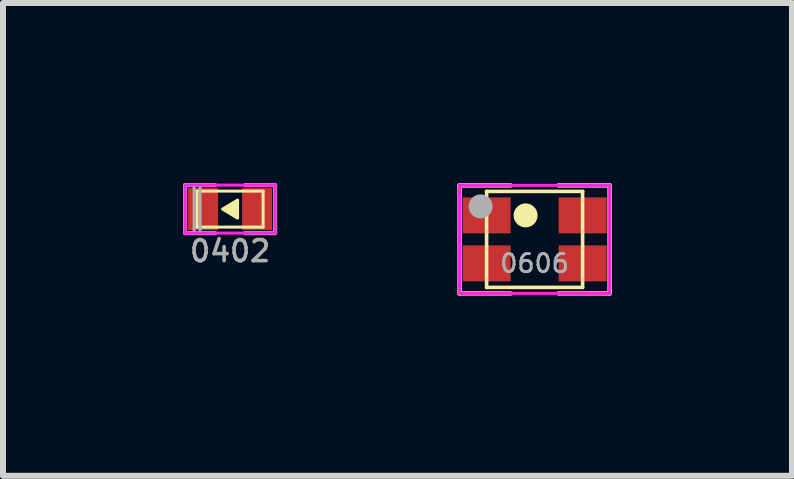
<source format=kicad_pcb>
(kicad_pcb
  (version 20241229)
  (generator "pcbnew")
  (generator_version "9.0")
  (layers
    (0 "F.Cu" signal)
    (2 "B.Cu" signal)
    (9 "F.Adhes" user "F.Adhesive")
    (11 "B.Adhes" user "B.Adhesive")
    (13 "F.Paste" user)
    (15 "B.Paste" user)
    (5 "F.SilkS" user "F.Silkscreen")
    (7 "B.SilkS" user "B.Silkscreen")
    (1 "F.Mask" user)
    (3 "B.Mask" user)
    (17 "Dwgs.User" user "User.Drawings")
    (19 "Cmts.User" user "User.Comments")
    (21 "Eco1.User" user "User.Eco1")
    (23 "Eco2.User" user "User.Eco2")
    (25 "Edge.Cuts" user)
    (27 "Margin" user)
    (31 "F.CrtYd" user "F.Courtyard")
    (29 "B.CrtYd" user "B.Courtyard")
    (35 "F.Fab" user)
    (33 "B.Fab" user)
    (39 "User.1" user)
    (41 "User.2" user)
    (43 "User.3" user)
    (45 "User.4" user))
  (footprint "0402"
    (layer "F.Cu")
    (at 0.785 0.435)
    (property "Reference" "0402" (at 0 0.7 0) (layer "F.Fab") (effects (font (size 0.35 0.35) (thickness 0.06))))
    (attr smd)
    (fp_line (start -0.55 -0.3) (end -0.55 0.3) (stroke (width 0.05) (type solid)) (layer "F.SilkS"))
    (fp_line (start -0.55 0.3) (end 0.55 0.3) (stroke (width 0.05) (type solid)) (layer "F.SilkS"))
    (fp_line (start 0.55 -0.3) (end -0.55 -0.3) (stroke (width 0.05) (type solid)) (layer "F.SilkS"))
    (fp_line (start 0.55 0.3) (end 0.55 -0.3) (stroke (width 0.05) (type solid)) (layer "F.SilkS"))
    (fp_poly (pts (xy 0.125 0.15) (xy -0.125 0) (xy 0.125 -0.15)) (stroke (width 0.05) (type solid)) (fill yes) (layer "F.SilkS"))
    (fp_line (start -0.75 -0.4) (end 0.75 -0.4) (stroke (width 0.05) (type solid)) (layer "F.CrtYd"))
    (fp_line (start -0.75 0.4) (end -0.75 -0.4) (stroke (width 0.05) (type solid)) (layer "F.CrtYd"))
    (fp_line (start 0.75 -0.4) (end 0.75 0.4) (stroke (width 0.05) (type solid)) (layer "F.CrtYd"))
    (fp_line (start 0.75 0.4) (end -0.75 0.4) (stroke (width 0.05) (type solid)) (layer "F.CrtYd"))
    (fp_line (start -0.75 -0.4) (end -0.75 0.4) (stroke (width 0.07) (type solid)) (layer "F.Fab"))
    (fp_line (start -0.75 0.4) (end -0.25 0.4) (stroke (width 0.07) (type solid)) (layer "F.Fab"))
    (fp_line (start -0.25 -0.4) (end -0.75 -0.4) (stroke (width 0.07) (type solid)) (layer "F.Fab"))
    (fp_line (start 0.25 -0.4) (end 0.75 -0.4) (stroke (width 0.07) (type solid)) (layer "F.Fab"))
    (fp_line (start 0.75 -0.4) (end 0.75 0.4) (stroke (width 0.07) (type solid)) (layer "F.Fab"))
    (fp_line (start 0.75 0.4) (end 0.25 0.4) (stroke (width 0.07) (type solid)) (layer "F.Fab"))
    (fp_poly (pts (xy -0.5 0.4) (xy -0.6 0.4) (xy -0.6 -0.4) (xy -0.5 -0.4)) (stroke (width 0.05) (type solid)) (fill no) (layer "F.Fab"))
    (pad "1" smd rect (at -0.45 0) (size 0.5 0.7) (layers "F.Cu" "F.Mask" "F.Paste"))
    (pad "2" smd rect (at 0.45 0) (size 0.5 0.7) (layers "F.Cu" "F.Mask" "F.Paste")))
  (footprint "0606"
    (layer "F.Cu")
    (at 5.86 0.94)
    (property "Reference" "0606" (at 0 0.4 0) (layer "F.Fab") (effects (font (size 0.3 0.3) (thickness 0.05))))
    (attr smd)
    (fp_line (start -0.8 -0.8) (end -0.8 0.8) (stroke (width 0.06) (type solid)) (layer "F.SilkS"))
    (fp_line (start -0.8 0.8) (end 0.8 0.8) (stroke (width 0.06) (type solid)) (layer "F.SilkS"))
    (fp_line (start 0.8 -0.8) (end -0.8 -0.8) (stroke (width 0.06) (type solid)) (layer "F.SilkS"))
    (fp_line (start 0.8 -0.8) (end 0.8 0.8) (stroke (width 0.06) (type solid)) (layer "F.SilkS"))
    (fp_circle (center -0.15 -0.4) (end -0.05 -0.4) (stroke (width 0.2) (type solid)) (fill no) (layer "F.SilkS"))
    (fp_line (start -1.25 -0.9) (end 1.25 -0.9) (stroke (width 0.05) (type solid)) (layer "F.CrtYd"))
    (fp_line (start -1.25 0.9) (end -1.25 -0.9) (stroke (width 0.05) (type solid)) (layer "F.CrtYd"))
    (fp_line (start 1.25 -0.9) (end 1.25 0.9) (stroke (width 0.05) (type solid)) (layer "F.CrtYd"))
    (fp_line (start 1.25 0.9) (end -1.25 0.9) (stroke (width 0.05) (type solid)) (layer "F.CrtYd"))
    (fp_line (start -1.25 -0.9) (end -1.25 0.9) (stroke (width 0.08) (type solid)) (layer "F.Fab"))
    (fp_line (start -1.25 0.9) (end -0.4 0.9) (stroke (width 0.08) (type solid)) (layer "F.Fab"))
    (fp_line (start -0.4 -0.9) (end -1.25 -0.9) (stroke (width 0.08) (type solid)) (layer "F.Fab"))
    (fp_line (start 0.4 -0.9) (end 1.25 -0.9) (stroke (width 0.08) (type solid)) (layer "F.Fab"))
    (fp_line (start 1.25 -0.9) (end 1.25 0.9) (stroke (width 0.08) (type solid)) (layer "F.Fab"))
    (fp_line (start 1.25 0.9) (end 0.4 0.9) (stroke (width 0.08) (type solid)) (layer "F.Fab"))
    (fp_circle (center -0.9 -0.55) (end -0.8 -0.55) (stroke (width 0.2) (type solid)) (fill no) (layer "F.Fab"))
    (pad "1" smd rect (at -0.8 -0.4) (size 0.8 0.6) (layers "F.Cu" "F.Mask" "F.Paste"))
    (pad "2" smd rect (at 0.8 -0.4) (size 0.8 0.6) (layers "F.Cu" "F.Mask" "F.Paste"))
    (pad "3" smd rect (at -0.8 0.4) (size 0.8 0.6) (layers "F.Cu" "F.Mask" "F.Paste"))
    (pad "4" smd rect (at 0.8 0.4) (size 0.8 0.6) (layers "F.Cu" "F.Mask" "F.Paste")))
  (gr_rect
    (start -3 -3)
    (end 10.15 4.88)
    (stroke (width 0.1) (type default))
    (fill no)
    (layer "Edge.Cuts")))
</source>
